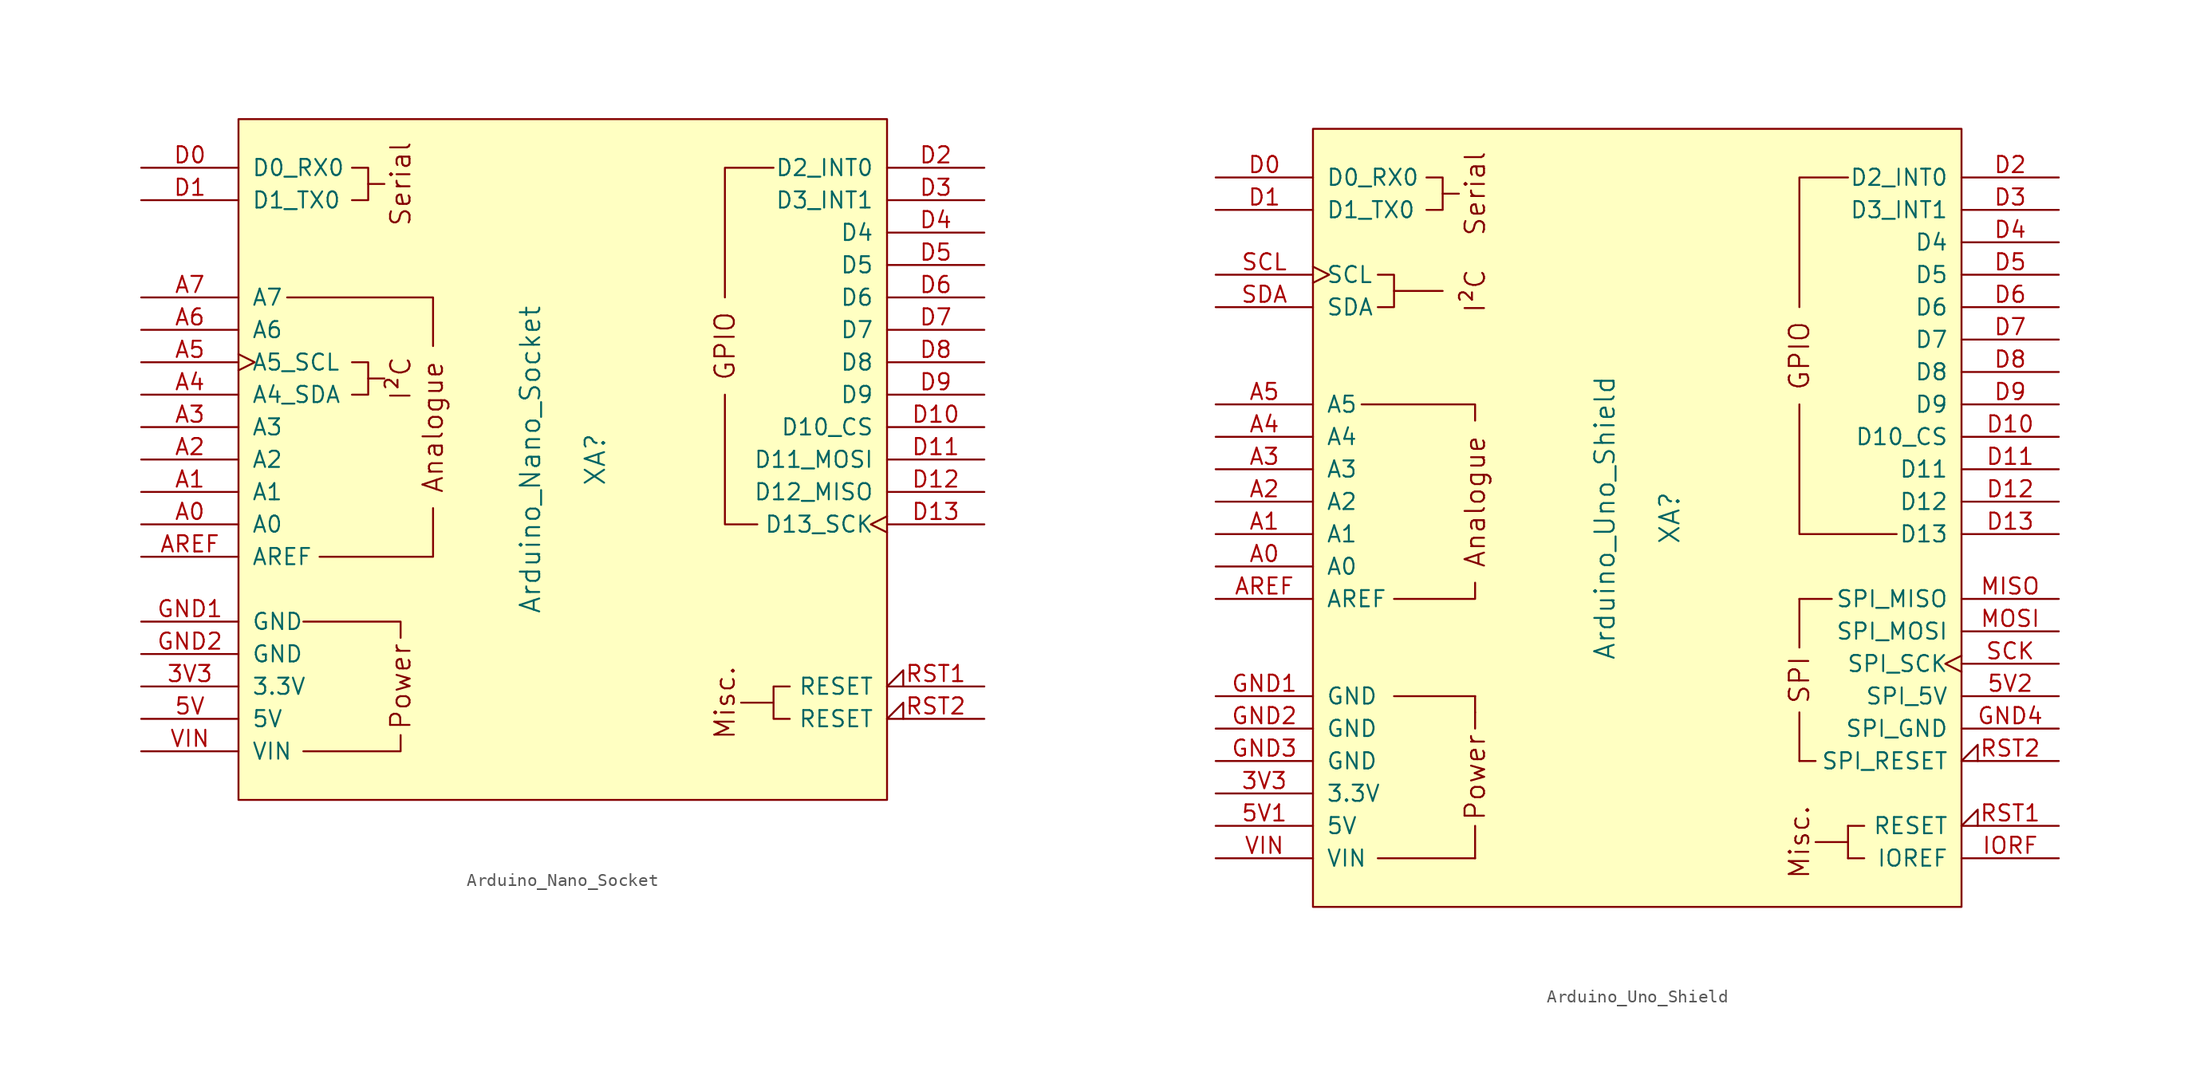
<source format=kicad_sym>
(kicad_symbol_lib
  (version 20220914)
  (generator kicad_symbol_editor)
  (symbol "Arduino_Nano_Socket"
    (pin_names
      (offset 1.016))
    (property "Reference" "XA"
      (at 2.54 0 90)
      (effects (font (size 1.524 1.524))))
    (property "Value" "Arduino_Nano_Socket"
      (at -2.54 0 90)
      (effects (font (size 1.524 1.524))))
    (symbol "Arduino_Nano_Socket_0_0"
      (rectangle (start -25.4 26.67) (end 25.4 -26.67) (stroke (width 0) (type default)) (fill (type background)))
      (polyline (pts (xy -15.24 6.35) (xy -13.97 6.35)) (stroke (width 0) (type default)) (fill (type none)))
      (polyline (pts (xy -15.24 21.59) (xy -13.97 21.59)) (stroke (width 0) (type default)) (fill (type none)))
      (polyline (pts (xy 16.51 -19.05) (xy 13.97 -19.05)) (stroke (width 0) (type default)) (fill (type none)))
      (polyline (pts (xy -20.32 -22.86) (xy -12.7 -22.86) (xy -12.7 -21.59)) (stroke (width 0) (type default)) (fill (type none)))
      (polyline (pts (xy -12.7 -13.97) (xy -12.7 -12.7) (xy -20.32 -12.7)) (stroke (width 0) (type default)) (fill (type none)))
      (polyline (pts (xy -16.51 7.62) (xy -15.24 7.62) (xy -15.24 5.08) (xy -16.51 5.08)) (stroke (width 0) (type default)) (fill (type none)))
      (polyline (pts (xy -16.51 22.86) (xy -15.24 22.86) (xy -15.24 20.32) (xy -16.51 20.32)) (stroke (width 0) (type default)) (fill (type none)))
      (text "Analogue" (at -10.16 2.54 900) (effects (font (size 1.524 1.524))))
      (text "I²C" (at -12.7 6.35 900) (effects (font (size 1.524 1.524))))
      (text "Misc." (at 12.7 -19.05 900) (effects (font (size 1.524 1.524))))
      (text "Power" (at -12.7 -17.78 900) (effects (font (size 1.524 1.524))))
      (text "Serial" (at -12.7 21.59 900) (effects (font (size 1.524 1.524)))))
    (symbol "Arduino_Nano_Socket_0_1"
      (polyline (pts (xy -21.59 12.7) (xy -10.16 12.7) (xy -10.16 8.89)) (stroke (width 0) (type default)) (fill (type none)))
      (polyline (pts (xy -19.05 -7.62) (xy -10.16 -7.62) (xy -10.16 -3.81)) (stroke (width 0) (type default)) (fill (type none)))
      (polyline (pts (xy 15.24 -5.08) (xy 12.7 -5.08) (xy 12.7 5.08)) (stroke (width 0) (type default)) (fill (type none)))
      (polyline (pts (xy 16.51 22.86) (xy 12.7 22.86) (xy 12.7 12.7)) (stroke (width 0) (type default)) (fill (type none)))
      (polyline (pts (xy 17.78 -17.78) (xy 16.51 -17.78) (xy 16.51 -20.32) (xy 17.78 -20.32)) (stroke (width 0) (type default)) (fill (type none))))
    (symbol "Arduino_Nano_Socket_1_0"
      (text "GPIO" (at 12.7 8.89 900) (effects (font (size 1.524 1.524)))))
    (symbol "Arduino_Nano_Socket_1_1"
      (pin power_in line (at -33.02 -17.78 0) (length 7.62) (name "3.3V" (effects (font (size 1.27 1.27)))) (number "3V3" (effects (font (size 1.27 1.27)))))
      (pin power_in line (at -33.02 -20.32 0) (length 7.62) (name "5V" (effects (font (size 1.27 1.27)))) (number "5V" (effects (font (size 1.27 1.27)))))
      (pin bidirectional line (at -33.02 -5.08 0) (length 7.62) (name "A0" (effects (font (size 1.27 1.27)))) (number "A0" (effects (font (size 1.27 1.27)))))
      (pin bidirectional line (at -33.02 -2.54 0) (length 7.62) (name "A1" (effects (font (size 1.27 1.27)))) (number "A1" (effects (font (size 1.27 1.27)))))
      (pin bidirectional line (at -33.02 0 0) (length 7.62) (name "A2" (effects (font (size 1.27 1.27)))) (number "A2" (effects (font (size 1.27 1.27)))))
      (pin bidirectional line (at -33.02 2.54 0) (length 7.62) (name "A3" (effects (font (size 1.27 1.27)))) (number "A3" (effects (font (size 1.27 1.27)))))
      (pin bidirectional line (at -33.02 5.08 0) (length 7.62) (name "A4_SDA" (effects (font (size 1.27 1.27)))) (number "A4" (effects (font (size 1.27 1.27)))))
      (pin bidirectional clock (at -33.02 7.62 0) (length 7.62) (name "A5_SCL" (effects (font (size 1.27 1.27)))) (number "A5" (effects (font (size 1.27 1.27)))))
      (pin input line (at -33.02 10.16 0) (length 7.62) (name "A6" (effects (font (size 1.27 1.27)))) (number "A6" (effects (font (size 1.27 1.27)))))
      (pin input line (at -33.02 12.7 0) (length 7.62) (name "A7" (effects (font (size 1.27 1.27)))) (number "A7" (effects (font (size 1.27 1.27)))))
      (pin input line (at -33.02 -7.62 0) (length 7.62) (name "AREF" (effects (font (size 1.27 1.27)))) (number "AREF" (effects (font (size 1.27 1.27)))))
      (pin bidirectional line (at -33.02 22.86 0) (length 7.62) (name "D0_RX0" (effects (font (size 1.27 1.27)))) (number "D0" (effects (font (size 1.27 1.27)))))
      (pin bidirectional line (at -33.02 20.32 0) (length 7.62) (name "D1_TX0" (effects (font (size 1.27 1.27)))) (number "D1" (effects (font (size 1.27 1.27)))))
      (pin bidirectional line (at 33.02 2.54 180) (length 7.62) (name "D10_CS" (effects (font (size 1.27 1.27)))) (number "D10" (effects (font (size 1.27 1.27)))))
      (pin bidirectional line (at 33.02 0 180) (length 7.62) (name "D11_MOSI" (effects (font (size 1.27 1.27)))) (number "D11" (effects (font (size 1.27 1.27)))))
      (pin bidirectional line (at 33.02 -2.54 180) (length 7.62) (name "D12_MISO" (effects (font (size 1.27 1.27)))) (number "D12" (effects (font (size 1.27 1.27)))))
      (pin bidirectional clock (at 33.02 -5.08 180) (length 7.62) (name "D13_SCK" (effects (font (size 1.27 1.27)))) (number "D13" (effects (font (size 1.27 1.27)))))
      (pin bidirectional line (at 33.02 22.86 180) (length 7.62) (name "D2_INT0" (effects (font (size 1.27 1.27)))) (number "D2" (effects (font (size 1.27 1.27)))))
      (pin bidirectional line (at 33.02 20.32 180) (length 7.62) (name "D3_INT1" (effects (font (size 1.27 1.27)))) (number "D3" (effects (font (size 1.27 1.27)))))
      (pin bidirectional line (at 33.02 17.78 180) (length 7.62) (name "D4" (effects (font (size 1.27 1.27)))) (number "D4" (effects (font (size 1.27 1.27)))))
      (pin bidirectional line (at 33.02 15.24 180) (length 7.62) (name "D5" (effects (font (size 1.27 1.27)))) (number "D5" (effects (font (size 1.27 1.27)))))
      (pin bidirectional line (at 33.02 12.7 180) (length 7.62) (name "D6" (effects (font (size 1.27 1.27)))) (number "D6" (effects (font (size 1.27 1.27)))))
      (pin bidirectional line (at 33.02 10.16 180) (length 7.62) (name "D7" (effects (font (size 1.27 1.27)))) (number "D7" (effects (font (size 1.27 1.27)))))
      (pin bidirectional line (at 33.02 7.62 180) (length 7.62) (name "D8" (effects (font (size 1.27 1.27)))) (number "D8" (effects (font (size 1.27 1.27)))))
      (pin bidirectional line (at 33.02 5.08 180) (length 7.62) (name "D9" (effects (font (size 1.27 1.27)))) (number "D9" (effects (font (size 1.27 1.27)))))
      (pin power_in line (at -33.02 -12.7 0) (length 7.62) (name "GND" (effects (font (size 1.27 1.27)))) (number "GND1" (effects (font (size 1.27 1.27)))))
      (pin power_in line (at -33.02 -15.24 0) (length 7.62) (name "GND" (effects (font (size 1.27 1.27)))) (number "GND2" (effects (font (size 1.27 1.27)))))
      (pin open_collector input_low (at 33.02 -17.78 180) (length 7.62) (name "RESET" (effects (font (size 1.27 1.27)))) (number "RST1" (effects (font (size 1.27 1.27)))))
      (pin open_collector input_low (at 33.02 -20.32 180) (length 7.62) (name "RESET" (effects (font (size 1.27 1.27)))) (number "RST2" (effects (font (size 1.27 1.27)))))
      (pin power_in line (at -33.02 -22.86 0) (length 7.62) (name "VIN" (effects (font (size 1.27 1.27)))) (number "VIN" (effects (font (size 1.27 1.27)))))))
  (symbol "Arduino_Uno_Shield"
    (pin_names
      (offset 1.016))
    (property "Reference" "XA"
      (at 2.54 0 90)
      (effects (font (size 1.524 1.524))))
    (property "Value" "Arduino_Uno_Shield"
      (at -2.54 0 90)
      (effects (font (size 1.524 1.524))))
    (symbol "Arduino_Uno_Shield_0_0"
      (rectangle (start -25.4 30.48) (end 25.4 -30.48) (stroke (width 0) (type default)) (fill (type background)))
      (rectangle (start -20.32 -26.67) (end -12.7 -26.67) (stroke (width 0) (type default)) (fill (type none)))
      (rectangle (start -19.05 -13.97) (end -12.7 -13.97) (stroke (width 0) (type default)) (fill (type none)))
      (polyline (pts (xy -19.05 17.78) (xy -15.24 17.78)) (stroke (width 0) (type default)) (fill (type none)))
      (polyline (pts (xy -15.24 25.4) (xy -13.97 25.4)) (stroke (width 0) (type default)) (fill (type none)))
      (polyline (pts (xy -12.7 -26.67) (xy -12.7 -24.13)) (stroke (width 0) (type default)) (fill (type none)))
      (polyline (pts (xy -12.7 -15.24) (xy -12.7 -16.51)) (stroke (width 0) (type default)) (fill (type none)))
      (polyline (pts (xy -12.7 -13.97) (xy -12.7 -15.24)) (stroke (width 0) (type default)) (fill (type none)))
      (polyline (pts (xy -12.7 -5.08) (xy -12.7 -6.35) (xy -19.05 -6.35)) (stroke (width 0) (type default)) (fill (type none)))
      (polyline (pts (xy -12.7 7.62) (xy -12.7 8.89) (xy -21.59 8.89)) (stroke (width 0) (type default)) (fill (type none)))
      (polyline (pts (xy 12.7 8.89) (xy 12.7 -1.27) (xy 20.32 -1.27)) (stroke (width 0) (type default)) (fill (type none)))
      (polyline (pts (xy 12.7 16.51) (xy 12.7 26.67) (xy 16.51 26.67)) (stroke (width 0) (type default)) (fill (type none)))
      (polyline (pts (xy -20.32 19.05) (xy -19.05 19.05) (xy -19.05 16.51) (xy -20.32 16.51)) (stroke (width 0) (type default)) (fill (type none)))
      (polyline (pts (xy -16.51 26.67) (xy -15.24 26.67) (xy -15.24 24.13) (xy -16.51 24.13)) (stroke (width 0) (type default)) (fill (type none)))
      (rectangle (start 12.7 -19.05) (end 12.7 -15.24) (stroke (width 0) (type default)) (fill (type none)))
      (rectangle (start 12.7 -10.16) (end 12.7 -6.35) (stroke (width 0) (type default)) (fill (type none)))
      (rectangle (start 13.97 -19.05) (end 12.7 -19.05) (stroke (width 0) (type default)) (fill (type none)))
      (rectangle (start 15.24 -6.35) (end 12.7 -6.35) (stroke (width 0) (type default)) (fill (type none)))
      (rectangle (start 16.51 -25.4) (end 13.97 -25.4) (stroke (width 0) (type default)) (fill (type none)))
      (rectangle (start 16.51 -24.13) (end 16.51 -26.67) (stroke (width 0) (type default)) (fill (type none)))
      (rectangle (start 17.78 -26.67) (end 16.51 -26.67) (stroke (width 0) (type default)) (fill (type none)))
      (rectangle (start 17.78 -24.13) (end 16.51 -24.13) (stroke (width 0) (type default)) (fill (type none)))
      (text "Analogue" (at -12.7 1.27 900) (effects (font (size 1.524 1.524))))
      (text "I²C" (at -12.7 17.78 900) (effects (font (size 1.524 1.524))))
      (text "Misc." (at 12.7 -25.4 900) (effects (font (size 1.524 1.524))))
      (text "Power" (at -12.7 -20.32 900) (effects (font (size 1.524 1.524))))
      (text "Serial" (at -12.7 25.4 900) (effects (font (size 1.524 1.524))))
      (text "SPI" (at 12.7 -12.7 900) (effects (font (size 1.524 1.524)))))
    (symbol "Arduino_Uno_Shield_1_0"
      (text "GPIO" (at 12.7 12.7 900) (effects (font (size 1.524 1.524)))))
    (symbol "Arduino_Uno_Shield_1_1"
      (pin power_in line (at -33.02 -21.59 0) (length 7.62) (name "3.3V" (effects (font (size 1.27 1.27)))) (number "3V3" (effects (font (size 1.27 1.27)))))
      (pin power_in line (at -33.02 -24.13 0) (length 7.62) (name "5V" (effects (font (size 1.27 1.27)))) (number "5V1" (effects (font (size 1.27 1.27)))))
      (pin power_in line (at 33.02 -13.97 180) (length 7.62) (name "SPI_5V" (effects (font (size 1.27 1.27)))) (number "5V2" (effects (font (size 1.27 1.27)))))
      (pin bidirectional line (at -33.02 -3.81 0) (length 7.62) (name "A0" (effects (font (size 1.27 1.27)))) (number "A0" (effects (font (size 1.27 1.27)))))
      (pin bidirectional line (at -33.02 -1.27 0) (length 7.62) (name "A1" (effects (font (size 1.27 1.27)))) (number "A1" (effects (font (size 1.27 1.27)))))
      (pin bidirectional line (at -33.02 1.27 0) (length 7.62) (name "A2" (effects (font (size 1.27 1.27)))) (number "A2" (effects (font (size 1.27 1.27)))))
      (pin bidirectional line (at -33.02 3.81 0) (length 7.62) (name "A3" (effects (font (size 1.27 1.27)))) (number "A3" (effects (font (size 1.27 1.27)))))
      (pin bidirectional line (at -33.02 6.35 0) (length 7.62) (name "A4" (effects (font (size 1.27 1.27)))) (number "A4" (effects (font (size 1.27 1.27)))))
      (pin bidirectional line (at -33.02 8.89 0) (length 7.62) (name "A5" (effects (font (size 1.27 1.27)))) (number "A5" (effects (font (size 1.27 1.27)))))
      (pin input line (at -33.02 -6.35 0) (length 7.62) (name "AREF" (effects (font (size 1.27 1.27)))) (number "AREF" (effects (font (size 1.27 1.27)))))
      (pin bidirectional line (at -33.02 26.67 0) (length 7.62) (name "D0_RX0" (effects (font (size 1.27 1.27)))) (number "D0" (effects (font (size 1.27 1.27)))))
      (pin bidirectional line (at -33.02 24.13 0) (length 7.62) (name "D1_TX0" (effects (font (size 1.27 1.27)))) (number "D1" (effects (font (size 1.27 1.27)))))
      (pin bidirectional line (at 33.02 6.35 180) (length 7.62) (name "D10_CS" (effects (font (size 1.27 1.27)))) (number "D10" (effects (font (size 1.27 1.27)))))
      (pin bidirectional line (at 33.02 3.81 180) (length 7.62) (name "D11" (effects (font (size 1.27 1.27)))) (number "D11" (effects (font (size 1.27 1.27)))))
      (pin bidirectional line (at 33.02 1.27 180) (length 7.62) (name "D12" (effects (font (size 1.27 1.27)))) (number "D12" (effects (font (size 1.27 1.27)))))
      (pin bidirectional line (at 33.02 -1.27 180) (length 7.62) (name "D13" (effects (font (size 1.27 1.27)))) (number "D13" (effects (font (size 1.27 1.27)))))
      (pin bidirectional line (at 33.02 26.67 180) (length 7.62) (name "D2_INT0" (effects (font (size 1.27 1.27)))) (number "D2" (effects (font (size 1.27 1.27)))))
      (pin bidirectional line (at 33.02 24.13 180) (length 7.62) (name "D3_INT1" (effects (font (size 1.27 1.27)))) (number "D3" (effects (font (size 1.27 1.27)))))
      (pin bidirectional line (at 33.02 21.59 180) (length 7.62) (name "D4" (effects (font (size 1.27 1.27)))) (number "D4" (effects (font (size 1.27 1.27)))))
      (pin bidirectional line (at 33.02 19.05 180) (length 7.62) (name "D5" (effects (font (size 1.27 1.27)))) (number "D5" (effects (font (size 1.27 1.27)))))
      (pin bidirectional line (at 33.02 16.51 180) (length 7.62) (name "D6" (effects (font (size 1.27 1.27)))) (number "D6" (effects (font (size 1.27 1.27)))))
      (pin bidirectional line (at 33.02 13.97 180) (length 7.62) (name "D7" (effects (font (size 1.27 1.27)))) (number "D7" (effects (font (size 1.27 1.27)))))
      (pin bidirectional line (at 33.02 11.43 180) (length 7.62) (name "D8" (effects (font (size 1.27 1.27)))) (number "D8" (effects (font (size 1.27 1.27)))))
      (pin bidirectional line (at 33.02 8.89 180) (length 7.62) (name "D9" (effects (font (size 1.27 1.27)))) (number "D9" (effects (font (size 1.27 1.27)))))
      (pin power_in line (at -33.02 -13.97 0) (length 7.62) (name "GND" (effects (font (size 1.27 1.27)))) (number "GND1" (effects (font (size 1.27 1.27)))))
      (pin power_in line (at -33.02 -16.51 0) (length 7.62) (name "GND" (effects (font (size 1.27 1.27)))) (number "GND2" (effects (font (size 1.27 1.27)))))
      (pin power_in line (at -33.02 -19.05 0) (length 7.62) (name "GND" (effects (font (size 1.27 1.27)))) (number "GND3" (effects (font (size 1.27 1.27)))))
      (pin power_in line (at 33.02 -16.51 180) (length 7.62) (name "SPI_GND" (effects (font (size 1.27 1.27)))) (number "GND4" (effects (font (size 1.27 1.27)))))
      (pin output line (at 33.02 -26.67 180) (length 7.62) (name "IOREF" (effects (font (size 1.27 1.27)))) (number "IORF" (effects (font (size 1.27 1.27)))))
      (pin input line (at 33.02 -6.35 180) (length 7.62) (name "SPI_MISO" (effects (font (size 1.27 1.27)))) (number "MISO" (effects (font (size 1.27 1.27)))))
      (pin output line (at 33.02 -8.89 180) (length 7.62) (name "SPI_MOSI" (effects (font (size 1.27 1.27)))) (number "MOSI" (effects (font (size 1.27 1.27)))))
      (pin open_collector input_low (at 33.02 -24.13 180) (length 7.62) (name "RESET" (effects (font (size 1.27 1.27)))) (number "RST1" (effects (font (size 1.27 1.27)))))
      (pin open_collector input_low (at 33.02 -19.05 180) (length 7.62) (name "SPI_RESET" (effects (font (size 1.27 1.27)))) (number "RST2" (effects (font (size 1.27 1.27)))))
      (pin output clock (at 33.02 -11.43 180) (length 7.62) (name "SPI_SCK" (effects (font (size 1.27 1.27)))) (number "SCK" (effects (font (size 1.27 1.27)))))
      (pin bidirectional clock (at -33.02 19.05 0) (length 7.62) (name "SCL" (effects (font (size 1.27 1.27)))) (number "SCL" (effects (font (size 1.27 1.27)))))
      (pin bidirectional line (at -33.02 16.51 0) (length 7.62) (name "SDA" (effects (font (size 1.27 1.27)))) (number "SDA" (effects (font (size 1.27 1.27)))))
      (pin power_in line (at -33.02 -26.67 0) (length 7.62) (name "VIN" (effects (font (size 1.27 1.27)))) (number "VIN" (effects (font (size 1.27 1.27))))))))
</source>
